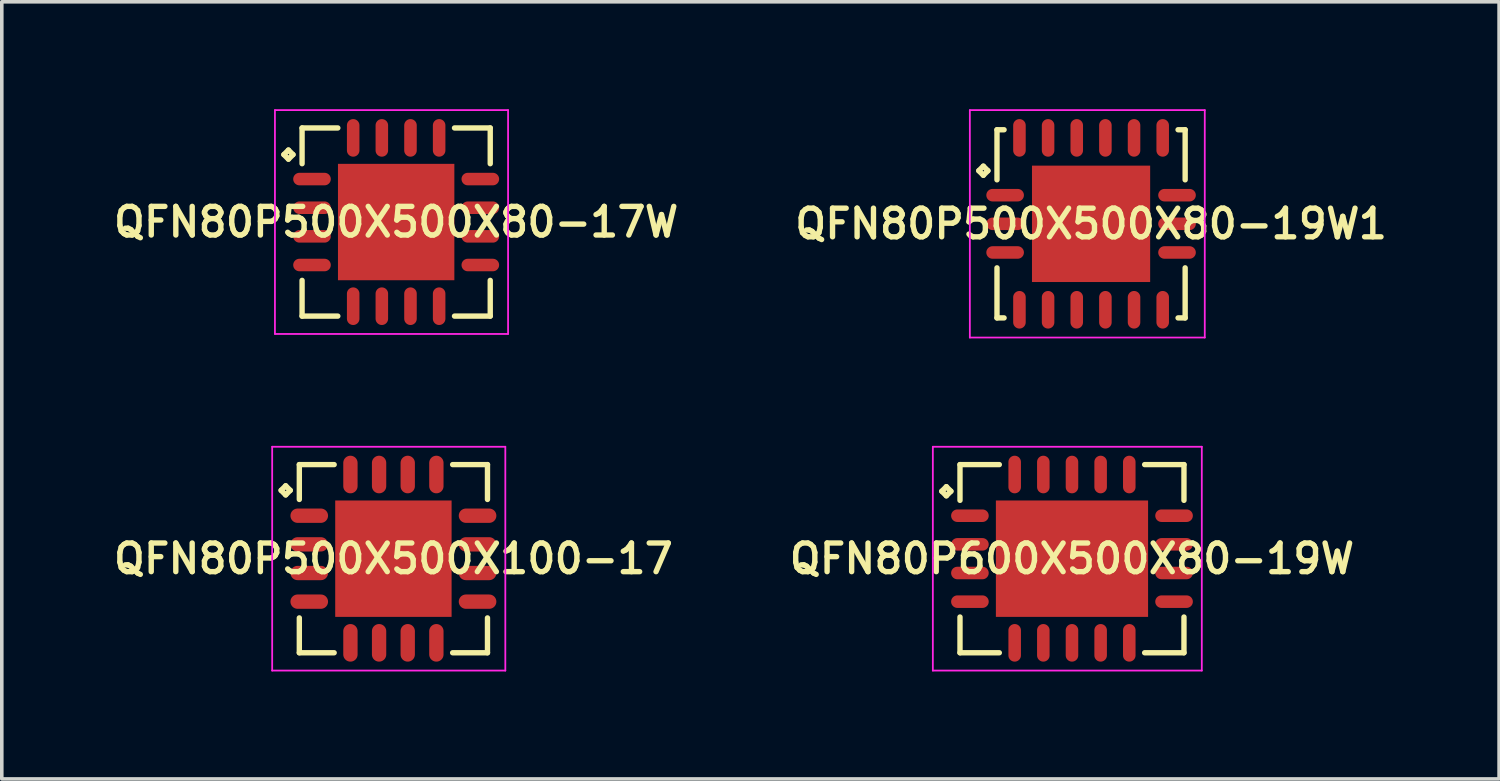
<source format=kicad_pcb>
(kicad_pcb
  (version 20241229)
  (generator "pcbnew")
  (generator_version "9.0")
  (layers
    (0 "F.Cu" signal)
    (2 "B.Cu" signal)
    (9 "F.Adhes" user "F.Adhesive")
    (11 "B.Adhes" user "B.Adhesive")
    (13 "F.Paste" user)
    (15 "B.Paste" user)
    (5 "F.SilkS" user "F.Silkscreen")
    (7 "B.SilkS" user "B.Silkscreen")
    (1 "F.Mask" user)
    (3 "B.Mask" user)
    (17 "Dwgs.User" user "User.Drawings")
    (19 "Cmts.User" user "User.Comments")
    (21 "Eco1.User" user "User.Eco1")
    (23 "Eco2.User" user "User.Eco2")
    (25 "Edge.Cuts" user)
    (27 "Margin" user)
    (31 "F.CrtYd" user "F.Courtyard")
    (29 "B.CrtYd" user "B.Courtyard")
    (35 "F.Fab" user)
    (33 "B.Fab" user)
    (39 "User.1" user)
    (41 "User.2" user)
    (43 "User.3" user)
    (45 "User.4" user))
  (footprint "QFN80P500X500X80-17W"
    (layer "F.Cu")
    (at 8.012 3.15)
    (property "Reference" "QFN80P500X500X80-17W" (at 0 0 0) (layer "F.SilkS") (effects (font (size 0.8 0.8) (thickness 0.15))))
    (attr smd)
    (fp_line (start -3.135 -1.883) (end -3.008 -2.01) (stroke (width 0.15) (type solid)) (layer "F.SilkS"))
    (fp_line (start -3.008 -2.01) (end -2.881 -1.883) (stroke (width 0.15) (type solid)) (layer "F.SilkS"))
    (fp_line (start -3.008 -1.756) (end -3.135 -1.883) (stroke (width 0.15) (type solid)) (layer "F.SilkS"))
    (fp_line (start -2.881 -1.883) (end -3.008 -1.756) (stroke (width 0.15) (type solid)) (layer "F.SilkS"))
    (fp_line (start -2.627 -2.627) (end -1.629 -2.627) (stroke (width 0.15) (type solid)) (layer "F.SilkS"))
    (fp_line (start -2.627 -1.629) (end -2.627 -2.627) (stroke (width 0.15) (type solid)) (layer "F.SilkS"))
    (fp_line (start -2.627 1.629) (end -2.627 2.627) (stroke (width 0.15) (type solid)) (layer "F.SilkS"))
    (fp_line (start -2.627 2.627) (end -1.629 2.627) (stroke (width 0.15) (type solid)) (layer "F.SilkS"))
    (fp_line (start 1.629 -2.627) (end 2.627 -2.627) (stroke (width 0.15) (type solid)) (layer "F.SilkS"))
    (fp_line (start 1.629 2.627) (end 2.627 2.627) (stroke (width 0.15) (type solid)) (layer "F.SilkS"))
    (fp_line (start 2.627 -2.627) (end 2.627 -1.629) (stroke (width 0.15) (type solid)) (layer "F.SilkS"))
    (fp_line (start 2.627 2.627) (end 2.627 1.629) (stroke (width 0.15) (type solid)) (layer "F.SilkS"))
    (fp_line (start -3.385 -3.125) (end 3.125 -3.125) (stroke (width 0.05) (type solid)) (layer "F.CrtYd"))
    (fp_line (start -3.385 3.125) (end -3.385 -3.125) (stroke (width 0.05) (type solid)) (layer "F.CrtYd"))
    (fp_line (start 3.125 -3.125) (end 3.125 3.125) (stroke (width 0.05) (type solid)) (layer "F.CrtYd"))
    (fp_line (start 3.125 3.125) (end -3.385 3.125) (stroke (width 0.05) (type solid)) (layer "F.CrtYd"))
    (pad "1" smd oval (at -2.35 -1.2) (size 1.05 0.35) (layers "F.Cu" "F.Mask" "F.Paste"))
    (pad "2" smd oval (at -2.35 -0.4) (size 1.05 0.35) (layers "F.Cu" "F.Mask" "F.Paste"))
    (pad "3" smd oval (at -2.35 0.4) (size 1.05 0.35) (layers "F.Cu" "F.Mask" "F.Paste"))
    (pad "4" smd oval (at -2.35 1.2) (size 1.05 0.35) (layers "F.Cu" "F.Mask" "F.Paste"))
    (pad "5" smd oval (at -1.2 2.35) (size 0.35 1.05) (layers "F.Cu" "F.Mask" "F.Paste"))
    (pad "6" smd oval (at -0.4 2.35) (size 0.35 1.05) (layers "F.Cu" "F.Mask" "F.Paste"))
    (pad "7" smd oval (at 0.4 2.35) (size 0.35 1.05) (layers "F.Cu" "F.Mask" "F.Paste"))
    (pad "8" smd oval (at 1.2 2.35) (size 0.35 1.05) (layers "F.Cu" "F.Mask" "F.Paste"))
    (pad "9" smd oval (at 2.35 1.2) (size 1.05 0.35) (layers "F.Cu" "F.Mask" "F.Paste"))
    (pad "10" smd oval (at 2.35 0.4) (size 1.05 0.35) (layers "F.Cu" "F.Mask" "F.Paste"))
    (pad "11" smd oval (at 2.35 -0.4) (size 1.05 0.35) (layers "F.Cu" "F.Mask" "F.Paste"))
    (pad "12" smd oval (at 2.35 -1.2) (size 1.05 0.35) (layers "F.Cu" "F.Mask" "F.Paste"))
    (pad "13" smd oval (at 1.2 -2.35) (size 0.35 1.05) (layers "F.Cu" "F.Mask" "F.Paste"))
    (pad "14" smd oval (at 0.4 -2.35) (size 0.35 1.05) (layers "F.Cu" "F.Mask" "F.Paste"))
    (pad "15" smd oval (at -0.4 -2.35) (size 0.35 1.05) (layers "F.Cu" "F.Mask" "F.Paste"))
    (pad "16" smd oval (at -1.2 -2.35) (size 0.35 1.05) (layers "F.Cu" "F.Mask" "F.Paste"))
    (pad "17" smd rect (at 0 0) (size 3.25 3.25) (layers "F.Cu" "F.Mask" "F.Paste")))
  (footprint "QFN80P600X500X80-19W"
    (layer "F.Cu")
    (at 26.883 12.55)
    (property "Reference" "QFN80P600X500X80-19W" (at 0 0 0) (layer "F.SilkS") (effects (font (size 0.8 0.8) (thickness 0.15))))
    (attr smd)
    (fp_line (start -3.635 -1.883) (end -3.508 -2.01) (stroke (width 0.15) (type solid)) (layer "F.SilkS"))
    (fp_line (start -3.508 -2.01) (end -3.381 -1.883) (stroke (width 0.15) (type solid)) (layer "F.SilkS"))
    (fp_line (start -3.508 -1.756) (end -3.635 -1.883) (stroke (width 0.15) (type solid)) (layer "F.SilkS"))
    (fp_line (start -3.381 -1.883) (end -3.508 -1.756) (stroke (width 0.15) (type solid)) (layer "F.SilkS"))
    (fp_line (start -3.127 -2.627) (end -2.029 -2.627) (stroke (width 0.15) (type solid)) (layer "F.SilkS"))
    (fp_line (start -3.127 -1.629) (end -3.127 -2.627) (stroke (width 0.15) (type solid)) (layer "F.SilkS"))
    (fp_line (start -3.127 1.629) (end -3.127 2.627) (stroke (width 0.15) (type solid)) (layer "F.SilkS"))
    (fp_line (start -3.127 2.627) (end -2.029 2.627) (stroke (width 0.15) (type solid)) (layer "F.SilkS"))
    (fp_line (start 2.029 -2.627) (end 3.127 -2.627) (stroke (width 0.15) (type solid)) (layer "F.SilkS"))
    (fp_line (start 2.029 2.627) (end 3.127 2.627) (stroke (width 0.15) (type solid)) (layer "F.SilkS"))
    (fp_line (start 3.127 -2.627) (end 3.127 -1.629) (stroke (width 0.15) (type solid)) (layer "F.SilkS"))
    (fp_line (start 3.127 2.627) (end 3.127 1.629) (stroke (width 0.15) (type solid)) (layer "F.SilkS"))
    (fp_line (start -3.885 -3.125) (end 3.625 -3.125) (stroke (width 0.05) (type solid)) (layer "F.CrtYd"))
    (fp_line (start -3.885 3.125) (end -3.885 -3.125) (stroke (width 0.05) (type solid)) (layer "F.CrtYd"))
    (fp_line (start 3.625 -3.125) (end 3.625 3.125) (stroke (width 0.05) (type solid)) (layer "F.CrtYd"))
    (fp_line (start 3.625 3.125) (end -3.885 3.125) (stroke (width 0.05) (type solid)) (layer "F.CrtYd"))
    (pad "1" smd oval (at -2.85 -1.2) (size 1.05 0.35) (layers "F.Cu" "F.Mask" "F.Paste"))
    (pad "2" smd oval (at -2.85 -0.4) (size 1.05 0.35) (layers "F.Cu" "F.Mask" "F.Paste"))
    (pad "3" smd oval (at -2.85 0.4) (size 1.05 0.35) (layers "F.Cu" "F.Mask" "F.Paste"))
    (pad "4" smd oval (at -2.85 1.2) (size 1.05 0.35) (layers "F.Cu" "F.Mask" "F.Paste"))
    (pad "5" smd oval (at -1.6 2.35) (size 0.35 1.05) (layers "F.Cu" "F.Mask" "F.Paste"))
    (pad "6" smd oval (at -0.8 2.35) (size 0.35 1.05) (layers "F.Cu" "F.Mask" "F.Paste"))
    (pad "7" smd oval (at 0 2.35) (size 0.35 1.05) (layers "F.Cu" "F.Mask" "F.Paste"))
    (pad "8" smd oval (at 0.8 2.35) (size 0.35 1.05) (layers "F.Cu" "F.Mask" "F.Paste"))
    (pad "9" smd oval (at 1.6 2.35) (size 0.35 1.05) (layers "F.Cu" "F.Mask" "F.Paste"))
    (pad "10" smd oval (at 2.85 1.2) (size 1.05 0.35) (layers "F.Cu" "F.Mask" "F.Paste"))
    (pad "11" smd oval (at 2.85 0.4) (size 1.05 0.35) (layers "F.Cu" "F.Mask" "F.Paste"))
    (pad "12" smd oval (at 2.85 -0.4) (size 1.05 0.35) (layers "F.Cu" "F.Mask" "F.Paste"))
    (pad "13" smd oval (at 2.85 -1.2) (size 1.05 0.35) (layers "F.Cu" "F.Mask" "F.Paste"))
    (pad "14" smd oval (at 1.6 -2.35) (size 0.35 1.05) (layers "F.Cu" "F.Mask" "F.Paste"))
    (pad "15" smd oval (at 0.8 -2.35) (size 0.35 1.05) (layers "F.Cu" "F.Mask" "F.Paste"))
    (pad "16" smd oval (at 0 -2.35) (size 0.35 1.05) (layers "F.Cu" "F.Mask" "F.Paste"))
    (pad "17" smd oval (at -0.8 -2.35) (size 0.35 1.05) (layers "F.Cu" "F.Mask" "F.Paste"))
    (pad "18" smd oval (at -1.6 -2.35) (size 0.35 1.05) (layers "F.Cu" "F.Mask" "F.Paste"))
    (pad "19" smd rect (at 0 0) (size 4.25 3.25) (layers "F.Cu" "F.Mask" "F.Paste")))
  (footprint "QFN80P500X500X80-19W1"
    (layer "F.Cu")
    (at 27.416 3.2)
    (property "Reference" "QFN80P500X500X80-19W1" (at 0 0 0) (layer "F.SilkS") (effects (font (size 0.8 0.8) (thickness 0.15))))
    (attr smd)
    (fp_line (start -3.135 -1.483) (end -3.008 -1.61) (stroke (width 0.15) (type solid)) (layer "F.SilkS"))
    (fp_line (start -3.008 -1.61) (end -2.881 -1.483) (stroke (width 0.15) (type solid)) (layer "F.SilkS"))
    (fp_line (start -3.008 -1.356) (end -3.135 -1.483) (stroke (width 0.15) (type solid)) (layer "F.SilkS"))
    (fp_line (start -2.881 -1.483) (end -3.008 -1.356) (stroke (width 0.15) (type solid)) (layer "F.SilkS"))
    (fp_line (start -2.627 -2.627) (end -2.429 -2.627) (stroke (width 0.15) (type solid)) (layer "F.SilkS"))
    (fp_line (start -2.627 -1.229) (end -2.627 -2.627) (stroke (width 0.15) (type solid)) (layer "F.SilkS"))
    (fp_line (start -2.627 1.229) (end -2.627 2.627) (stroke (width 0.15) (type solid)) (layer "F.SilkS"))
    (fp_line (start -2.627 2.627) (end -2.429 2.627) (stroke (width 0.15) (type solid)) (layer "F.SilkS"))
    (fp_line (start 2.429 -2.627) (end 2.627 -2.627) (stroke (width 0.15) (type solid)) (layer "F.SilkS"))
    (fp_line (start 2.429 2.627) (end 2.627 2.627) (stroke (width 0.15) (type solid)) (layer "F.SilkS"))
    (fp_line (start 2.627 -2.627) (end 2.627 -1.229) (stroke (width 0.15) (type solid)) (layer "F.SilkS"))
    (fp_line (start 2.627 2.627) (end 2.627 1.229) (stroke (width 0.15) (type solid)) (layer "F.SilkS"))
    (fp_line (start -3.385 -3.175) (end 3.175 -3.175) (stroke (width 0.05) (type solid)) (layer "F.CrtYd"))
    (fp_line (start -3.385 3.175) (end -3.385 -3.175) (stroke (width 0.05) (type solid)) (layer "F.CrtYd"))
    (fp_line (start 3.175 -3.175) (end 3.175 3.175) (stroke (width 0.05) (type solid)) (layer "F.CrtYd"))
    (fp_line (start 3.175 3.175) (end -3.385 3.175) (stroke (width 0.05) (type solid)) (layer "F.CrtYd"))
    (pad "1" smd oval (at -2.4 -0.8) (size 1.05 0.35) (layers "F.Cu" "F.Mask" "F.Paste"))
    (pad "2" smd oval (at -2.4 0) (size 1.05 0.35) (layers "F.Cu" "F.Mask" "F.Paste"))
    (pad "3" smd oval (at -2.4 0.8) (size 1.05 0.35) (layers "F.Cu" "F.Mask" "F.Paste"))
    (pad "4" smd oval (at -2 2.4) (size 0.35 1.05) (layers "F.Cu" "F.Mask" "F.Paste"))
    (pad "5" smd oval (at -1.2 2.4) (size 0.35 1.05) (layers "F.Cu" "F.Mask" "F.Paste"))
    (pad "6" smd oval (at -0.4 2.4) (size 0.35 1.05) (layers "F.Cu" "F.Mask" "F.Paste"))
    (pad "7" smd oval (at 0.4 2.4) (size 0.35 1.05) (layers "F.Cu" "F.Mask" "F.Paste"))
    (pad "8" smd oval (at 1.2 2.4) (size 0.35 1.05) (layers "F.Cu" "F.Mask" "F.Paste"))
    (pad "9" smd oval (at 2 2.4) (size 0.35 1.05) (layers "F.Cu" "F.Mask" "F.Paste"))
    (pad "10" smd oval (at 2.4 0.8) (size 1.05 0.35) (layers "F.Cu" "F.Mask" "F.Paste"))
    (pad "11" smd oval (at 2.4 0) (size 1.05 0.35) (layers "F.Cu" "F.Mask" "F.Paste"))
    (pad "12" smd oval (at 2.4 -0.8) (size 1.05 0.35) (layers "F.Cu" "F.Mask" "F.Paste"))
    (pad "13" smd oval (at 2 -2.4) (size 0.35 1.05) (layers "F.Cu" "F.Mask" "F.Paste"))
    (pad "14" smd oval (at 1.2 -2.4) (size 0.35 1.05) (layers "F.Cu" "F.Mask" "F.Paste"))
    (pad "15" smd oval (at 0.4 -2.4) (size 0.35 1.05) (layers "F.Cu" "F.Mask" "F.Paste"))
    (pad "16" smd oval (at -0.4 -2.4) (size 0.35 1.05) (layers "F.Cu" "F.Mask" "F.Paste"))
    (pad "17" smd oval (at -1.2 -2.4) (size 0.35 1.05) (layers "F.Cu" "F.Mask" "F.Paste"))
    (pad "18" smd oval (at -2 -2.4) (size 0.35 1.05) (layers "F.Cu" "F.Mask" "F.Paste"))
    (pad "19" smd rect (at 0 0) (size 3.3 3.25) (layers "F.Cu" "F.Mask" "F.Paste")))
  (footprint "QFN80P500X500X100-17"
    (layer "F.Cu")
    (at 7.935 12.55)
    (property "Reference" "QFN80P500X500X100-17" (at 0 0 0) (layer "F.SilkS") (effects (font (size 0.8 0.8) (thickness 0.15))))
    (attr smd)
    (fp_line (start -3.135 -1.908) (end -3.008 -2.035) (stroke (width 0.15) (type solid)) (layer "F.SilkS"))
    (fp_line (start -3.008 -2.035) (end -2.881 -1.908) (stroke (width 0.15) (type solid)) (layer "F.SilkS"))
    (fp_line (start -3.008 -1.781) (end -3.135 -1.908) (stroke (width 0.15) (type solid)) (layer "F.SilkS"))
    (fp_line (start -2.881 -1.908) (end -3.008 -1.781) (stroke (width 0.15) (type solid)) (layer "F.SilkS"))
    (fp_line (start -2.627 -2.627) (end -1.654 -2.627) (stroke (width 0.15) (type solid)) (layer "F.SilkS"))
    (fp_line (start -2.627 -1.654) (end -2.627 -2.627) (stroke (width 0.15) (type solid)) (layer "F.SilkS"))
    (fp_line (start -2.627 1.654) (end -2.627 2.627) (stroke (width 0.15) (type solid)) (layer "F.SilkS"))
    (fp_line (start -2.627 2.627) (end -1.654 2.627) (stroke (width 0.15) (type solid)) (layer "F.SilkS"))
    (fp_line (start 1.654 -2.627) (end 2.627 -2.627) (stroke (width 0.15) (type solid)) (layer "F.SilkS"))
    (fp_line (start 1.654 2.627) (end 2.627 2.627) (stroke (width 0.15) (type solid)) (layer "F.SilkS"))
    (fp_line (start 2.627 -2.627) (end 2.627 -1.654) (stroke (width 0.15) (type solid)) (layer "F.SilkS"))
    (fp_line (start 2.627 2.627) (end 2.627 1.654) (stroke (width 0.15) (type solid)) (layer "F.SilkS"))
    (fp_line (start -3.385 -3.125) (end 3.125 -3.125) (stroke (width 0.05) (type solid)) (layer "F.CrtYd"))
    (fp_line (start -3.385 3.125) (end -3.385 -3.125) (stroke (width 0.05) (type solid)) (layer "F.CrtYd"))
    (fp_line (start 3.125 -3.125) (end 3.125 3.125) (stroke (width 0.05) (type solid)) (layer "F.CrtYd"))
    (fp_line (start 3.125 3.125) (end -3.385 3.125) (stroke (width 0.05) (type solid)) (layer "F.CrtYd"))
    (pad "1" smd oval (at -2.35 -1.2) (size 1.05 0.4) (layers "F.Cu" "F.Mask" "F.Paste"))
    (pad "2" smd oval (at -2.35 -0.4) (size 1.05 0.4) (layers "F.Cu" "F.Mask" "F.Paste"))
    (pad "3" smd oval (at -2.35 0.4) (size 1.05 0.4) (layers "F.Cu" "F.Mask" "F.Paste"))
    (pad "4" smd oval (at -2.35 1.2) (size 1.05 0.4) (layers "F.Cu" "F.Mask" "F.Paste"))
    (pad "5" smd oval (at -1.2 2.35) (size 0.4 1.05) (layers "F.Cu" "F.Mask" "F.Paste"))
    (pad "6" smd oval (at -0.4 2.35) (size 0.4 1.05) (layers "F.Cu" "F.Mask" "F.Paste"))
    (pad "7" smd oval (at 0.4 2.35) (size 0.4 1.05) (layers "F.Cu" "F.Mask" "F.Paste"))
    (pad "8" smd oval (at 1.2 2.35) (size 0.4 1.05) (layers "F.Cu" "F.Mask" "F.Paste"))
    (pad "9" smd oval (at 2.35 1.2) (size 1.05 0.4) (layers "F.Cu" "F.Mask" "F.Paste"))
    (pad "10" smd oval (at 2.35 0.4) (size 1.05 0.4) (layers "F.Cu" "F.Mask" "F.Paste"))
    (pad "11" smd oval (at 2.35 -0.4) (size 1.05 0.4) (layers "F.Cu" "F.Mask" "F.Paste"))
    (pad "12" smd oval (at 2.35 -1.2) (size 1.05 0.4) (layers "F.Cu" "F.Mask" "F.Paste"))
    (pad "13" smd oval (at 1.2 -2.35) (size 0.4 1.05) (layers "F.Cu" "F.Mask" "F.Paste"))
    (pad "14" smd oval (at 0.4 -2.35) (size 0.4 1.05) (layers "F.Cu" "F.Mask" "F.Paste"))
    (pad "15" smd oval (at -0.4 -2.35) (size 0.4 1.05) (layers "F.Cu" "F.Mask" "F.Paste"))
    (pad "16" smd oval (at -1.2 -2.35) (size 0.4 1.05) (layers "F.Cu" "F.Mask" "F.Paste"))
    (pad "17" smd rect (at 0 0) (size 3.25 3.25) (layers "F.Cu" "F.Mask" "F.Paste")))
  (gr_rect
    (start -3 -3)
    (end 38.809 18.7)
    (stroke (width 0.1) (type default))
    (fill no)
    (layer "Edge.Cuts")))
</source>
